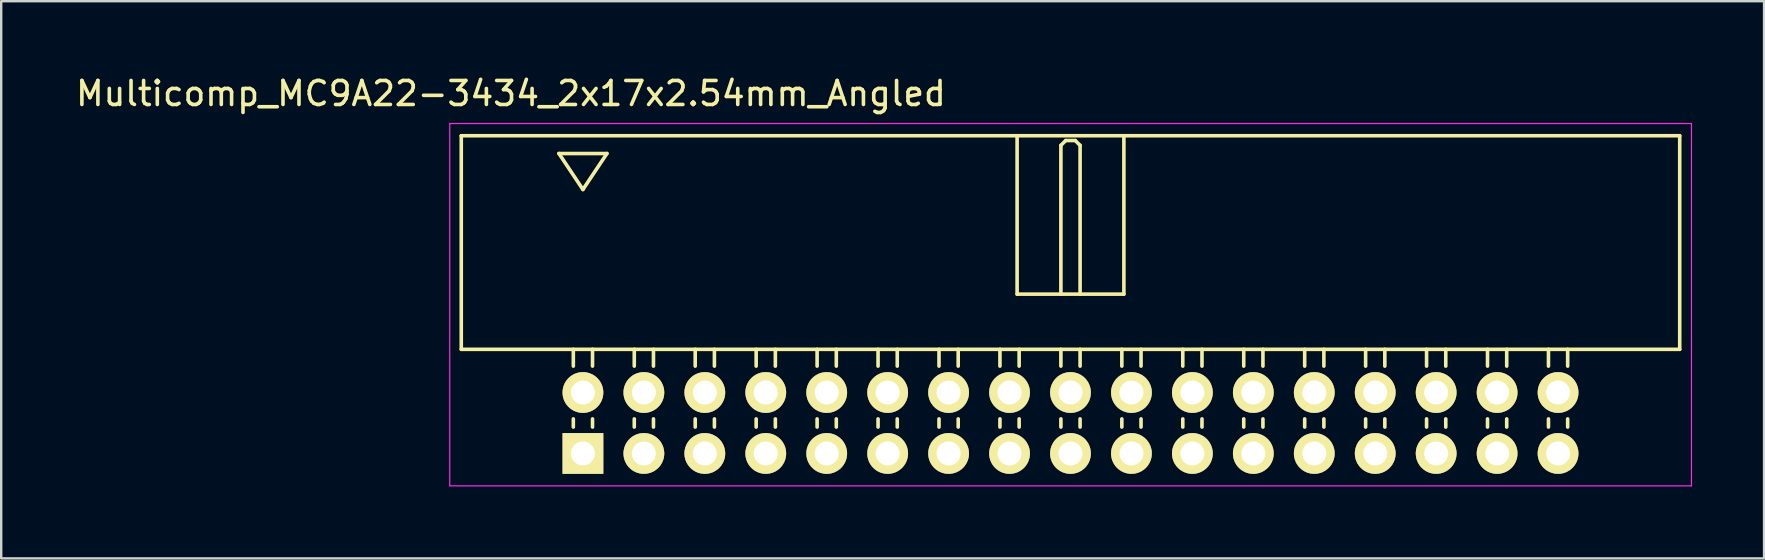
<source format=kicad_pcb>
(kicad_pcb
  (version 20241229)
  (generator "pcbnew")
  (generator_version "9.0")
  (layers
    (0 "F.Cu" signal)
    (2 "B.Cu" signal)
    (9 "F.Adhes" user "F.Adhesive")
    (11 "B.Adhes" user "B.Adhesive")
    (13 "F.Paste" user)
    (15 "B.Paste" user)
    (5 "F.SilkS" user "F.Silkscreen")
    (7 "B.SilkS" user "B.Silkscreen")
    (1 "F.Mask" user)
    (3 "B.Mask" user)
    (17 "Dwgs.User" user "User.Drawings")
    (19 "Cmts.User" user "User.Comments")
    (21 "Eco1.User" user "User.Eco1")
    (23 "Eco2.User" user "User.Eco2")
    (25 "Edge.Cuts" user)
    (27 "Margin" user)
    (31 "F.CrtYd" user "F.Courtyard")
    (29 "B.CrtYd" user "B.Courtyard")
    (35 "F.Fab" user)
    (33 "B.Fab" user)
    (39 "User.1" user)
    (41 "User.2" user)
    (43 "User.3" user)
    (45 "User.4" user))
  (footprint "Multicomp_MC9A22-3434_2x17x2.54mm_Angled"
    (layer "F.Cu")
    (at 21.244 15.848)
    (property "Reference" "Multicomp_MC9A22-3434_2x17x2.54mm_Angled" (at -3 -15 0) (layer "F.SilkS") (effects (font (size 1 1) (thickness 0.15))))
    (attr through_hole)
    (fp_line (start -5.07 -13.24) (end 45.71 -13.24) (stroke (width 0.15) (type solid)) (layer "F.SilkS"))
    (fp_line (start -5.07 -4.34) (end -5.07 -13.24) (stroke (width 0.15) (type solid)) (layer "F.SilkS"))
    (fp_line (start -1 -12.5) (end 1 -12.5) (stroke (width 0.15) (type solid)) (layer "F.SilkS"))
    (fp_line (start -0.4 -3.64) (end -0.4 -4.34) (stroke (width 0.15) (type solid)) (layer "F.SilkS"))
    (fp_line (start -0.4 -1.1) (end -0.4 -1.44) (stroke (width 0.15) (type solid)) (layer "F.SilkS"))
    (fp_line (start 0 -11) (end -1 -12.5) (stroke (width 0.15) (type solid)) (layer "F.SilkS"))
    (fp_line (start 0.4 -3.64) (end 0.4 -4.34) (stroke (width 0.15) (type solid)) (layer "F.SilkS"))
    (fp_line (start 0.4 -1.1) (end 0.4 -1.44) (stroke (width 0.15) (type solid)) (layer "F.SilkS"))
    (fp_line (start 1 -12.5) (end 0 -11) (stroke (width 0.15) (type solid)) (layer "F.SilkS"))
    (fp_line (start 2.14 -3.64) (end 2.14 -4.34) (stroke (width 0.15) (type solid)) (layer "F.SilkS"))
    (fp_line (start 2.14 -1.1) (end 2.14 -1.44) (stroke (width 0.15) (type solid)) (layer "F.SilkS"))
    (fp_line (start 2.94 -3.64) (end 2.94 -4.34) (stroke (width 0.15) (type solid)) (layer "F.SilkS"))
    (fp_line (start 2.94 -1.1) (end 2.94 -1.44) (stroke (width 0.15) (type solid)) (layer "F.SilkS"))
    (fp_line (start 4.68 -3.64) (end 4.68 -4.34) (stroke (width 0.15) (type solid)) (layer "F.SilkS"))
    (fp_line (start 4.68 -1.1) (end 4.68 -1.44) (stroke (width 0.15) (type solid)) (layer "F.SilkS"))
    (fp_line (start 5.48 -3.64) (end 5.48 -4.34) (stroke (width 0.15) (type solid)) (layer "F.SilkS"))
    (fp_line (start 5.48 -1.1) (end 5.48 -1.44) (stroke (width 0.15) (type solid)) (layer "F.SilkS"))
    (fp_line (start 7.22 -3.64) (end 7.22 -4.34) (stroke (width 0.15) (type solid)) (layer "F.SilkS"))
    (fp_line (start 7.22 -1.1) (end 7.22 -1.44) (stroke (width 0.15) (type solid)) (layer "F.SilkS"))
    (fp_line (start 8.02 -3.64) (end 8.02 -4.34) (stroke (width 0.15) (type solid)) (layer "F.SilkS"))
    (fp_line (start 8.02 -1.1) (end 8.02 -1.44) (stroke (width 0.15) (type solid)) (layer "F.SilkS"))
    (fp_line (start 9.76 -3.64) (end 9.76 -4.34) (stroke (width 0.15) (type solid)) (layer "F.SilkS"))
    (fp_line (start 9.76 -1.1) (end 9.76 -1.44) (stroke (width 0.15) (type solid)) (layer "F.SilkS"))
    (fp_line (start 10.56 -3.64) (end 10.56 -4.34) (stroke (width 0.15) (type solid)) (layer "F.SilkS"))
    (fp_line (start 10.56 -1.1) (end 10.56 -1.44) (stroke (width 0.15) (type solid)) (layer "F.SilkS"))
    (fp_line (start 12.3 -3.64) (end 12.3 -4.34) (stroke (width 0.15) (type solid)) (layer "F.SilkS"))
    (fp_line (start 12.3 -1.1) (end 12.3 -1.44) (stroke (width 0.15) (type solid)) (layer "F.SilkS"))
    (fp_line (start 13.1 -3.64) (end 13.1 -4.34) (stroke (width 0.15) (type solid)) (layer "F.SilkS"))
    (fp_line (start 13.1 -1.1) (end 13.1 -1.44) (stroke (width 0.15) (type solid)) (layer "F.SilkS"))
    (fp_line (start 14.84 -3.64) (end 14.84 -4.34) (stroke (width 0.15) (type solid)) (layer "F.SilkS"))
    (fp_line (start 14.84 -1.1) (end 14.84 -1.44) (stroke (width 0.15) (type solid)) (layer "F.SilkS"))
    (fp_line (start 15.64 -3.64) (end 15.64 -4.34) (stroke (width 0.15) (type solid)) (layer "F.SilkS"))
    (fp_line (start 15.64 -1.1) (end 15.64 -1.44) (stroke (width 0.15) (type solid)) (layer "F.SilkS"))
    (fp_line (start 17.38 -3.64) (end 17.38 -4.34) (stroke (width 0.15) (type solid)) (layer "F.SilkS"))
    (fp_line (start 17.38 -1.1) (end 17.38 -1.44) (stroke (width 0.15) (type solid)) (layer "F.SilkS"))
    (fp_line (start 18.095 -13.24) (end 18.095 -6.64) (stroke (width 0.15) (type solid)) (layer "F.SilkS"))
    (fp_line (start 18.095 -6.64) (end 22.545 -6.64) (stroke (width 0.15) (type solid)) (layer "F.SilkS"))
    (fp_line (start 18.18 -3.64) (end 18.18 -4.34) (stroke (width 0.15) (type solid)) (layer "F.SilkS"))
    (fp_line (start 18.18 -1.1) (end 18.18 -1.44) (stroke (width 0.15) (type solid)) (layer "F.SilkS"))
    (fp_line (start 19.92 -12.84) (end 20.12 -13.04) (stroke (width 0.15) (type solid)) (layer "F.SilkS"))
    (fp_line (start 19.92 -6.64) (end 19.92 -12.84) (stroke (width 0.15) (type solid)) (layer "F.SilkS"))
    (fp_line (start 19.92 -3.64) (end 19.92 -4.34) (stroke (width 0.15) (type solid)) (layer "F.SilkS"))
    (fp_line (start 19.92 -1.1) (end 19.92 -1.44) (stroke (width 0.15) (type solid)) (layer "F.SilkS"))
    (fp_line (start 20.12 -13.04) (end 20.52 -13.04) (stroke (width 0.15) (type solid)) (layer "F.SilkS"))
    (fp_line (start 20.52 -13.04) (end 20.72 -12.84) (stroke (width 0.15) (type solid)) (layer "F.SilkS"))
    (fp_line (start 20.72 -12.84) (end 20.72 -6.64) (stroke (width 0.15) (type solid)) (layer "F.SilkS"))
    (fp_line (start 20.72 -3.64) (end 20.72 -4.34) (stroke (width 0.15) (type solid)) (layer "F.SilkS"))
    (fp_line (start 20.72 -1.1) (end 20.72 -1.44) (stroke (width 0.15) (type solid)) (layer "F.SilkS"))
    (fp_line (start 22.46 -3.64) (end 22.46 -4.34) (stroke (width 0.15) (type solid)) (layer "F.SilkS"))
    (fp_line (start 22.46 -1.1) (end 22.46 -1.44) (stroke (width 0.15) (type solid)) (layer "F.SilkS"))
    (fp_line (start 22.545 -6.64) (end 22.545 -13.24) (stroke (width 0.15) (type solid)) (layer "F.SilkS"))
    (fp_line (start 23.26 -3.64) (end 23.26 -4.34) (stroke (width 0.15) (type solid)) (layer "F.SilkS"))
    (fp_line (start 23.26 -1.1) (end 23.26 -1.44) (stroke (width 0.15) (type solid)) (layer "F.SilkS"))
    (fp_line (start 25 -3.64) (end 25 -4.34) (stroke (width 0.15) (type solid)) (layer "F.SilkS"))
    (fp_line (start 25 -1.1) (end 25 -1.44) (stroke (width 0.15) (type solid)) (layer "F.SilkS"))
    (fp_line (start 25.8 -3.64) (end 25.8 -4.34) (stroke (width 0.15) (type solid)) (layer "F.SilkS"))
    (fp_line (start 25.8 -1.1) (end 25.8 -1.44) (stroke (width 0.15) (type solid)) (layer "F.SilkS"))
    (fp_line (start 27.54 -3.64) (end 27.54 -4.34) (stroke (width 0.15) (type solid)) (layer "F.SilkS"))
    (fp_line (start 27.54 -1.1) (end 27.54 -1.44) (stroke (width 0.15) (type solid)) (layer "F.SilkS"))
    (fp_line (start 28.34 -3.64) (end 28.34 -4.34) (stroke (width 0.15) (type solid)) (layer "F.SilkS"))
    (fp_line (start 28.34 -1.1) (end 28.34 -1.44) (stroke (width 0.15) (type solid)) (layer "F.SilkS"))
    (fp_line (start 30.08 -3.64) (end 30.08 -4.34) (stroke (width 0.15) (type solid)) (layer "F.SilkS"))
    (fp_line (start 30.08 -1.1) (end 30.08 -1.44) (stroke (width 0.15) (type solid)) (layer "F.SilkS"))
    (fp_line (start 30.88 -3.64) (end 30.88 -4.34) (stroke (width 0.15) (type solid)) (layer "F.SilkS"))
    (fp_line (start 30.88 -1.1) (end 30.88 -1.44) (stroke (width 0.15) (type solid)) (layer "F.SilkS"))
    (fp_line (start 32.62 -3.64) (end 32.62 -4.34) (stroke (width 0.15) (type solid)) (layer "F.SilkS"))
    (fp_line (start 32.62 -1.1) (end 32.62 -1.44) (stroke (width 0.15) (type solid)) (layer "F.SilkS"))
    (fp_line (start 33.42 -3.64) (end 33.42 -4.34) (stroke (width 0.15) (type solid)) (layer "F.SilkS"))
    (fp_line (start 33.42 -1.1) (end 33.42 -1.44) (stroke (width 0.15) (type solid)) (layer "F.SilkS"))
    (fp_line (start 35.16 -3.64) (end 35.16 -4.34) (stroke (width 0.15) (type solid)) (layer "F.SilkS"))
    (fp_line (start 35.16 -1.1) (end 35.16 -1.44) (stroke (width 0.15) (type solid)) (layer "F.SilkS"))
    (fp_line (start 35.96 -3.64) (end 35.96 -4.34) (stroke (width 0.15) (type solid)) (layer "F.SilkS"))
    (fp_line (start 35.96 -1.1) (end 35.96 -1.44) (stroke (width 0.15) (type solid)) (layer "F.SilkS"))
    (fp_line (start 37.7 -3.64) (end 37.7 -4.34) (stroke (width 0.15) (type solid)) (layer "F.SilkS"))
    (fp_line (start 37.7 -1.1) (end 37.7 -1.44) (stroke (width 0.15) (type solid)) (layer "F.SilkS"))
    (fp_line (start 38.5 -3.64) (end 38.5 -4.34) (stroke (width 0.15) (type solid)) (layer "F.SilkS"))
    (fp_line (start 38.5 -1.1) (end 38.5 -1.44) (stroke (width 0.15) (type solid)) (layer "F.SilkS"))
    (fp_line (start 40.24 -3.64) (end 40.24 -4.34) (stroke (width 0.15) (type solid)) (layer "F.SilkS"))
    (fp_line (start 40.24 -1.1) (end 40.24 -1.44) (stroke (width 0.15) (type solid)) (layer "F.SilkS"))
    (fp_line (start 41.04 -3.64) (end 41.04 -4.34) (stroke (width 0.15) (type solid)) (layer "F.SilkS"))
    (fp_line (start 41.04 -1.1) (end 41.04 -1.44) (stroke (width 0.15) (type solid)) (layer "F.SilkS"))
    (fp_line (start 45.71 -13.24) (end 45.71 -4.34) (stroke (width 0.15) (type solid)) (layer "F.SilkS"))
    (fp_line (start 45.71 -4.34) (end -5.07 -4.34) (stroke (width 0.15) (type solid)) (layer "F.SilkS"))
    (fp_line (start -5.55 -13.75) (end 46.2 -13.75) (stroke (width 0.05) (type solid)) (layer "F.CrtYd"))
    (fp_line (start -5.55 1.35) (end -5.55 -13.75) (stroke (width 0.05) (type solid)) (layer "F.CrtYd"))
    (fp_line (start 46.2 -13.75) (end 46.2 1.35) (stroke (width 0.05) (type solid)) (layer "F.CrtYd"))
    (fp_line (start 46.2 1.35) (end -5.55 1.35) (stroke (width 0.05) (type solid)) (layer "F.CrtYd"))
    (pad "1" thru_hole rect (at 0 0) (size 1.7 1.7) (drill 1) (layers "*.Cu" "*.Mask" "F.SilkS"))
    (pad "2" thru_hole circle (at 0 -2.54) (size 1.7 1.7) (drill 1) (layers "*.Cu" "*.Mask" "F.SilkS"))
    (pad "3" thru_hole circle (at 2.54 0) (size 1.7 1.7) (drill 1) (layers "*.Cu" "*.Mask" "F.SilkS"))
    (pad "4" thru_hole circle (at 2.54 -2.54) (size 1.7 1.7) (drill 1) (layers "*.Cu" "*.Mask" "F.SilkS"))
    (pad "5" thru_hole circle (at 5.08 0) (size 1.7 1.7) (drill 1) (layers "*.Cu" "*.Mask" "F.SilkS"))
    (pad "6" thru_hole circle (at 5.08 -2.54) (size 1.7 1.7) (drill 1) (layers "*.Cu" "*.Mask" "F.SilkS"))
    (pad "7" thru_hole circle (at 7.62 0) (size 1.7 1.7) (drill 1) (layers "*.Cu" "*.Mask" "F.SilkS"))
    (pad "8" thru_hole circle (at 7.62 -2.54) (size 1.7 1.7) (drill 1) (layers "*.Cu" "*.Mask" "F.SilkS"))
    (pad "9" thru_hole circle (at 10.16 0) (size 1.7 1.7) (drill 1) (layers "*.Cu" "*.Mask" "F.SilkS"))
    (pad "10" thru_hole circle (at 10.16 -2.54) (size 1.7 1.7) (drill 1) (layers "*.Cu" "*.Mask" "F.SilkS"))
    (pad "11" thru_hole circle (at 12.7 0) (size 1.7 1.7) (drill 1) (layers "*.Cu" "*.Mask" "F.SilkS"))
    (pad "12" thru_hole circle (at 12.7 -2.54) (size 1.7 1.7) (drill 1) (layers "*.Cu" "*.Mask" "F.SilkS"))
    (pad "13" thru_hole circle (at 15.24 0) (size 1.7 1.7) (drill 1) (layers "*.Cu" "*.Mask" "F.SilkS"))
    (pad "14" thru_hole circle (at 15.24 -2.54) (size 1.7 1.7) (drill 1) (layers "*.Cu" "*.Mask" "F.SilkS"))
    (pad "15" thru_hole circle (at 17.78 0) (size 1.7 1.7) (drill 1) (layers "*.Cu" "*.Mask" "F.SilkS"))
    (pad "16" thru_hole circle (at 17.78 -2.54) (size 1.7 1.7) (drill 1) (layers "*.Cu" "*.Mask" "F.SilkS"))
    (pad "17" thru_hole circle (at 20.32 0) (size 1.7 1.7) (drill 1) (layers "*.Cu" "*.Mask" "F.SilkS"))
    (pad "18" thru_hole circle (at 20.32 -2.54) (size 1.7 1.7) (drill 1) (layers "*.Cu" "*.Mask" "F.SilkS"))
    (pad "19" thru_hole circle (at 22.86 0) (size 1.7 1.7) (drill 1) (layers "*.Cu" "*.Mask" "F.SilkS"))
    (pad "20" thru_hole circle (at 22.86 -2.54) (size 1.7 1.7) (drill 1) (layers "*.Cu" "*.Mask" "F.SilkS"))
    (pad "21" thru_hole circle (at 25.4 0) (size 1.7 1.7) (drill 1) (layers "*.Cu" "*.Mask" "F.SilkS"))
    (pad "22" thru_hole circle (at 25.4 -2.54) (size 1.7 1.7) (drill 1) (layers "*.Cu" "*.Mask" "F.SilkS"))
    (pad "23" thru_hole circle (at 27.94 0) (size 1.7 1.7) (drill 1) (layers "*.Cu" "*.Mask" "F.SilkS"))
    (pad "24" thru_hole circle (at 27.94 -2.54) (size 1.7 1.7) (drill 1) (layers "*.Cu" "*.Mask" "F.SilkS"))
    (pad "25" thru_hole circle (at 30.48 0) (size 1.7 1.7) (drill 1) (layers "*.Cu" "*.Mask" "F.SilkS"))
    (pad "26" thru_hole circle (at 30.48 -2.54) (size 1.7 1.7) (drill 1) (layers "*.Cu" "*.Mask" "F.SilkS"))
    (pad "27" thru_hole circle (at 33.02 0) (size 1.7 1.7) (drill 1) (layers "*.Cu" "*.Mask" "F.SilkS"))
    (pad "28" thru_hole circle (at 33.02 -2.54) (size 1.7 1.7) (drill 1) (layers "*.Cu" "*.Mask" "F.SilkS"))
    (pad "29" thru_hole circle (at 35.56 0) (size 1.7 1.7) (drill 1) (layers "*.Cu" "*.Mask" "F.SilkS"))
    (pad "30" thru_hole circle (at 35.56 -2.54) (size 1.7 1.7) (drill 1) (layers "*.Cu" "*.Mask" "F.SilkS"))
    (pad "31" thru_hole circle (at 38.1 0) (size 1.7 1.7) (drill 1) (layers "*.Cu" "*.Mask" "F.SilkS"))
    (pad "32" thru_hole circle (at 38.1 -2.54) (size 1.7 1.7) (drill 1) (layers "*.Cu" "*.Mask" "F.SilkS"))
    (pad "33" thru_hole circle (at 40.64 0) (size 1.7 1.7) (drill 1) (layers "*.Cu" "*.Mask" "F.SilkS"))
    (pad "34" thru_hole circle (at 40.64 -2.54) (size 1.7 1.7) (drill 1) (layers "*.Cu" "*.Mask" "F.SilkS")))
  (gr_rect
    (start -3 -3)
    (end 70.469 20.223)
    (stroke (width 0.1) (type default))
    (fill no)
    (layer "Edge.Cuts")))
</source>
